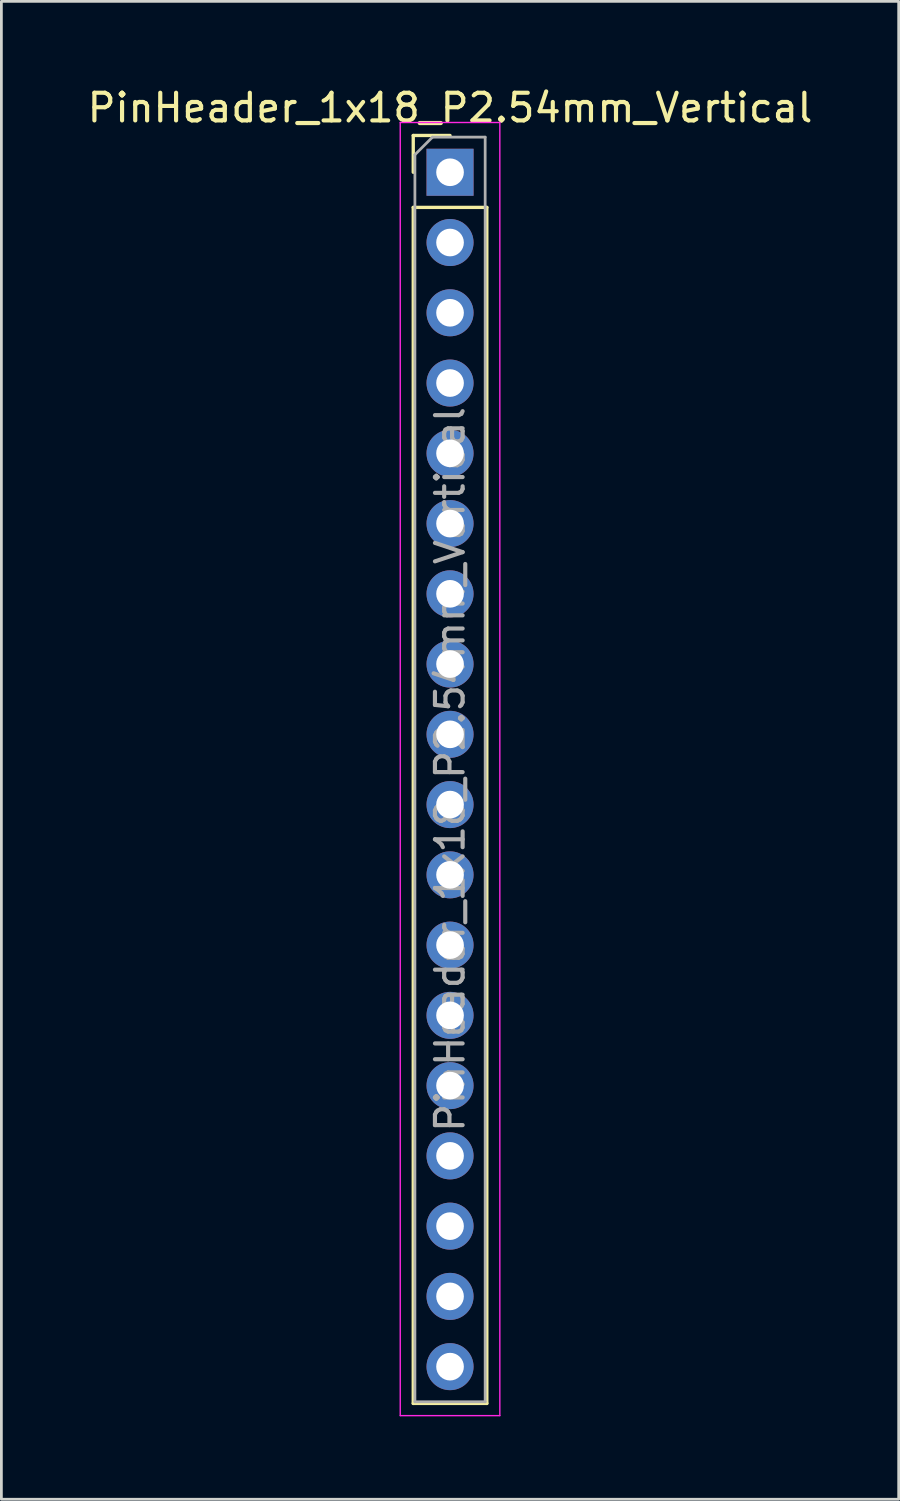
<source format=kicad_pcb>
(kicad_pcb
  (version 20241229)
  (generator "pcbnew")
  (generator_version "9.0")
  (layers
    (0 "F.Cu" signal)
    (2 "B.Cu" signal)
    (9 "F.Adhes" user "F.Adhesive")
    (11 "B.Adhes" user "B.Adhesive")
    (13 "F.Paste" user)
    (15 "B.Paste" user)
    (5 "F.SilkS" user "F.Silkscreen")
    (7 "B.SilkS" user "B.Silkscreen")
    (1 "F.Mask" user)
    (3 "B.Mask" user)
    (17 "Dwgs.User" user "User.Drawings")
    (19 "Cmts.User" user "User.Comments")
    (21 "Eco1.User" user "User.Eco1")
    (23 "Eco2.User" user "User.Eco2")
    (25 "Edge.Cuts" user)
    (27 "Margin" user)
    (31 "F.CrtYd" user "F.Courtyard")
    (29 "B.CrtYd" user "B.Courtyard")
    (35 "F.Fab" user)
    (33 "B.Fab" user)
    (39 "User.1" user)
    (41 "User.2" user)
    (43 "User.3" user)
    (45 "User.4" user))
  (footprint "PinHeader_1x18_P2.54mm_Vertical"
    (layer "F.Cu")
    (at 13.22 3.178)
    (property "Reference" "PinHeader_1x18_P2.54mm_Vertical" (at 0 -2.33 0) (layer "F.SilkS") (effects (font (size 1 1) (thickness 0.15))))
    (attr through_hole)
    (fp_line (start -1.33 -1.33) (end 0 -1.33) (stroke (width 0.12) (type solid)) (layer "F.SilkS"))
    (fp_line (start -1.33 0) (end -1.33 -1.33) (stroke (width 0.12) (type solid)) (layer "F.SilkS"))
    (fp_line (start -1.33 1.27) (end -1.33 44.51) (stroke (width 0.12) (type solid)) (layer "F.SilkS"))
    (fp_line (start -1.33 1.27) (end 1.33 1.27) (stroke (width 0.12) (type solid)) (layer "F.SilkS"))
    (fp_line (start -1.33 44.51) (end 1.33 44.51) (stroke (width 0.12) (type solid)) (layer "F.SilkS"))
    (fp_line (start 1.33 1.27) (end 1.33 44.51) (stroke (width 0.12) (type solid)) (layer "F.SilkS"))
    (fp_line (start -1.8 -1.8) (end -1.8 44.95) (stroke (width 0.05) (type solid)) (layer "F.CrtYd"))
    (fp_line (start -1.8 44.95) (end 1.8 44.95) (stroke (width 0.05) (type solid)) (layer "F.CrtYd"))
    (fp_line (start 1.8 -1.8) (end -1.8 -1.8) (stroke (width 0.05) (type solid)) (layer "F.CrtYd"))
    (fp_line (start 1.8 44.95) (end 1.8 -1.8) (stroke (width 0.05) (type solid)) (layer "F.CrtYd"))
    (fp_line (start -1.27 -0.635) (end -0.635 -1.27) (stroke (width 0.1) (type solid)) (layer "F.Fab"))
    (fp_line (start -1.27 44.45) (end -1.27 -0.635) (stroke (width 0.1) (type solid)) (layer "F.Fab"))
    (fp_line (start -0.635 -1.27) (end 1.27 -1.27) (stroke (width 0.1) (type solid)) (layer "F.Fab"))
    (fp_line (start 1.27 -1.27) (end 1.27 44.45) (stroke (width 0.1) (type solid)) (layer "F.Fab"))
    (fp_line (start 1.27 44.45) (end -1.27 44.45) (stroke (width 0.1) (type solid)) (layer "F.Fab"))
    (fp_text user "${REFERENCE}" (at 0 21.59 270) (layer "F.Fab") (effects (font (size 1 1) (thickness 0.15))))
    (pad "1" thru_hole rect (at 0 0) (size 1.7 1.7) (drill 1) (layers "*.Cu" "*.Mask"))
    (pad "2" thru_hole oval (at 0 2.54) (size 1.7 1.7) (drill 1) (layers "*.Cu" "*.Mask"))
    (pad "3" thru_hole oval (at 0 5.08) (size 1.7 1.7) (drill 1) (layers "*.Cu" "*.Mask"))
    (pad "4" thru_hole oval (at 0 7.62) (size 1.7 1.7) (drill 1) (layers "*.Cu" "*.Mask"))
    (pad "5" thru_hole oval (at 0 10.16) (size 1.7 1.7) (drill 1) (layers "*.Cu" "*.Mask"))
    (pad "6" thru_hole oval (at 0 12.7) (size 1.7 1.7) (drill 1) (layers "*.Cu" "*.Mask"))
    (pad "7" thru_hole oval (at 0 15.24) (size 1.7 1.7) (drill 1) (layers "*.Cu" "*.Mask"))
    (pad "8" thru_hole oval (at 0 17.78) (size 1.7 1.7) (drill 1) (layers "*.Cu" "*.Mask"))
    (pad "9" thru_hole oval (at 0 20.32) (size 1.7 1.7) (drill 1) (layers "*.Cu" "*.Mask"))
    (pad "10" thru_hole oval (at 0 22.86) (size 1.7 1.7) (drill 1) (layers "*.Cu" "*.Mask"))
    (pad "11" thru_hole oval (at 0 25.4) (size 1.7 1.7) (drill 1) (layers "*.Cu" "*.Mask"))
    (pad "12" thru_hole oval (at 0 27.94) (size 1.7 1.7) (drill 1) (layers "*.Cu" "*.Mask"))
    (pad "13" thru_hole oval (at 0 30.48) (size 1.7 1.7) (drill 1) (layers "*.Cu" "*.Mask"))
    (pad "14" thru_hole oval (at 0 33.02) (size 1.7 1.7) (drill 1) (layers "*.Cu" "*.Mask"))
    (pad "15" thru_hole oval (at 0 35.56) (size 1.7 1.7) (drill 1) (layers "*.Cu" "*.Mask"))
    (pad "16" thru_hole oval (at 0 38.1) (size 1.7 1.7) (drill 1) (layers "*.Cu" "*.Mask"))
    (pad "17" thru_hole oval (at 0 40.64) (size 1.7 1.7) (drill 1) (layers "*.Cu" "*.Mask"))
    (pad "18" thru_hole oval (at 0 43.18) (size 1.7 1.7) (drill 1) (layers "*.Cu" "*.Mask")))
  (gr_rect
    (start -3 -3)
    (end 29.44 51.153)
    (stroke (width 0.1) (type default))
    (fill no)
    (layer "Edge.Cuts")))
</source>
